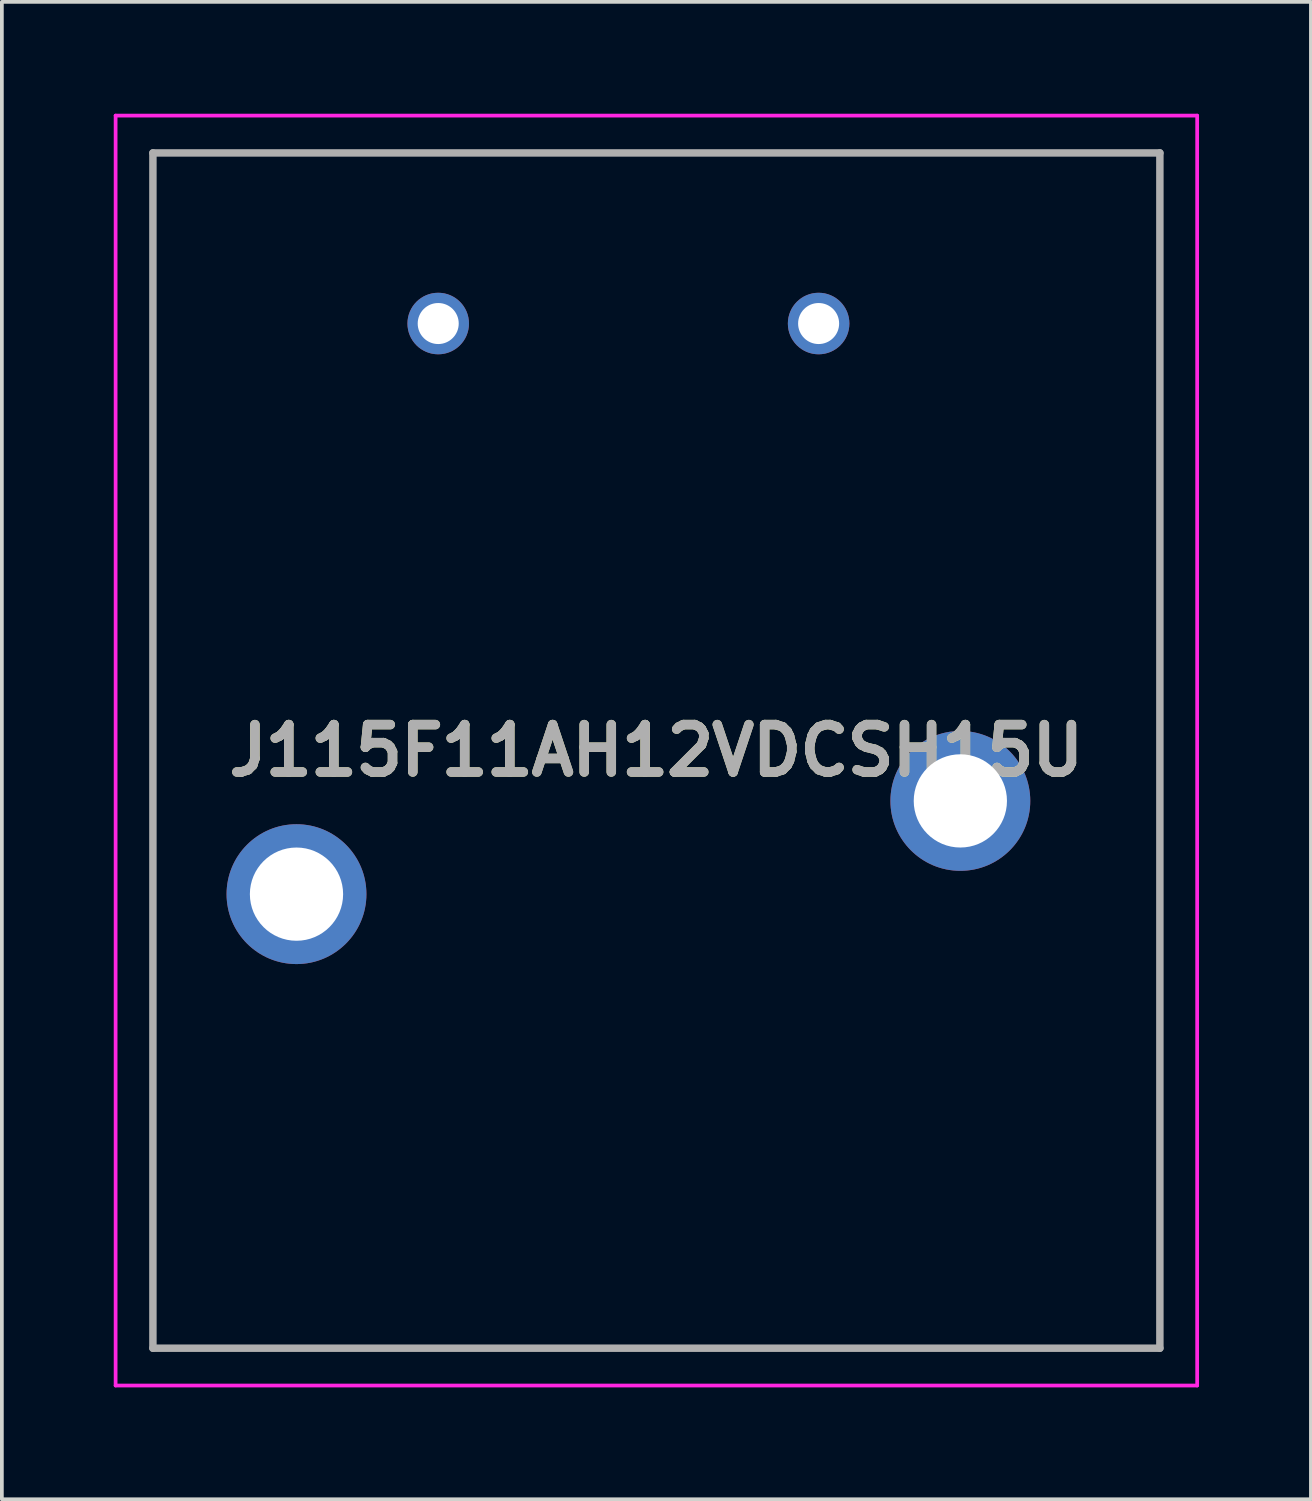
<source format=kicad_pcb>
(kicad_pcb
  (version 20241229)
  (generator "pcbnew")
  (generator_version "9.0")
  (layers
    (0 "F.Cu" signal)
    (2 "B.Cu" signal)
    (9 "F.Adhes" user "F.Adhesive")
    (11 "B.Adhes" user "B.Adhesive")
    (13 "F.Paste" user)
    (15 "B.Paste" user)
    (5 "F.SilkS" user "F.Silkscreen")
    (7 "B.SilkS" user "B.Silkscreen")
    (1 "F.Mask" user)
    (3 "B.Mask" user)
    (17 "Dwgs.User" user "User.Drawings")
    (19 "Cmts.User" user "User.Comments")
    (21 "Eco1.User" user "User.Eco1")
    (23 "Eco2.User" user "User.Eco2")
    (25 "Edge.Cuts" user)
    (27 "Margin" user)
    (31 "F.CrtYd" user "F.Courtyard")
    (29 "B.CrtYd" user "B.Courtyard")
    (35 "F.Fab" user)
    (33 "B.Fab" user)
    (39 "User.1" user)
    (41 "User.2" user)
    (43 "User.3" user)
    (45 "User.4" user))
  (footprint "J115F11AH12VDCSH15U"
    (layer "F.Cu")
    (at 4.9 20.925)
    (property "Reference" "J115F11AH12VDCSH15U" (at 9.65 -3.85 0) (layer "F.SilkS") (effects (font (size 1.27 1.27) (thickness 0.254))))
    (attr through_hole)
    (fp_line (start -3.85 -19.875) (end -3.85 12.175) (stroke (width 0.1) (type solid)) (layer "F.SilkS"))
    (fp_line (start -3.85 12.175) (end 23.15 12.175) (stroke (width 0.1) (type solid)) (layer "F.SilkS"))
    (fp_line (start 23.15 -19.875) (end -3.85 -19.875) (stroke (width 0.1) (type solid)) (layer "F.SilkS"))
    (fp_line (start 23.15 12.175) (end 23.15 -19.875) (stroke (width 0.1) (type solid)) (layer "F.SilkS"))
    (fp_line (start -4.85 -20.875) (end -4.85 13.175) (stroke (width 0.1) (type solid)) (layer "F.CrtYd"))
    (fp_line (start -4.85 13.175) (end 24.15 13.175) (stroke (width 0.1) (type solid)) (layer "F.CrtYd"))
    (fp_line (start 24.15 -20.875) (end -4.85 -20.875) (stroke (width 0.1) (type solid)) (layer "F.CrtYd"))
    (fp_line (start 24.15 13.175) (end 24.15 -20.875) (stroke (width 0.1) (type solid)) (layer "F.CrtYd"))
    (fp_line (start -3.85 -19.875) (end -3.85 12.175) (stroke (width 0.2) (type solid)) (layer "F.Fab"))
    (fp_line (start -3.85 12.175) (end 23.15 12.175) (stroke (width 0.2) (type solid)) (layer "F.Fab"))
    (fp_line (start 23.15 -19.875) (end -3.85 -19.875) (stroke (width 0.2) (type solid)) (layer "F.Fab"))
    (fp_line (start 23.15 12.175) (end 23.15 -19.875) (stroke (width 0.2) (type solid)) (layer "F.Fab"))
    (fp_text user "${REFERENCE}" (at 9.65 -3.85 0) (layer "F.Fab") (effects (font (size 1.27 1.27) (thickness 0.254))))
    (pad "1" thru_hole circle (at 0 0) (size 3.75 3.75) (drill 2.5) (layers "*.Cu" "*.Mask"))
    (pad "2" thru_hole circle (at 17.8 -2.5) (size 3.75 3.75) (drill 2.5) (layers "*.Cu" "*.Mask"))
    (pad "3" thru_hole circle (at 3.8 -15.3) (size 1.65 1.65) (drill 1.1) (layers "*.Cu" "*.Mask"))
    (pad "4" thru_hole circle (at 14 -15.3) (size 1.65 1.65) (drill 1.1) (layers "*.Cu" "*.Mask")))
  (gr_rect
    (start -3 -3)
    (end 32.1 37.15)
    (stroke (width 0.1) (type default))
    (fill no)
    (layer "Edge.Cuts")))
</source>
